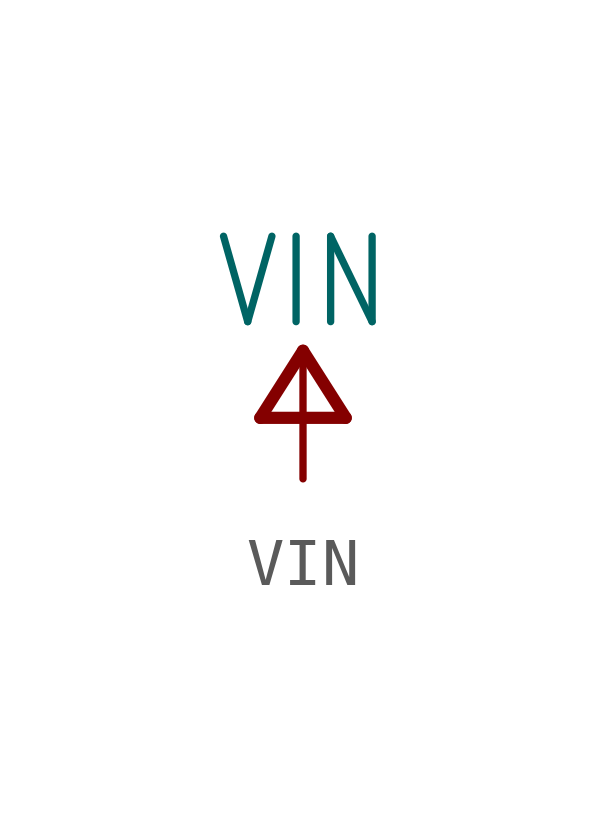
<source format=kicad_sym>
(kicad_symbol_lib
  (version 20211014)
  (generator kicad_symbol_editor)
  (symbol "VIN"
    (power)
    (property "Reference" "#VIN"
      (at 0 0 0)
      (effects (font (size 1.27 1.27)) hide))
    (property "Value" "VIN"
      (at 0 0.508 0)
      (effects (font (size 1.778 1.511)) (justify bottom)))
    (property "ki_locked" ""
      (at 0 0 0)
      (effects (font (size 1.27 1.27))))
    (symbol "VIN_1_0"
      (polyline (pts (xy -0.889 -1.27) (xy 0.889 -1.27)) (stroke (width 0.254) (type default) (color 0 0 0 0)) (fill (type none)))
      (polyline (pts (xy 0 0.127) (xy -0.889 -1.27)) (stroke (width 0.254) (type default) (color 0 0 0 0)) (fill (type none)))
      (polyline (pts (xy 0.889 -1.27) (xy 0 0.127)) (stroke (width 0.254) (type default) (color 0 0 0 0)) (fill (type none)))
      (pin power_in line (at 0 -2.54 90) (length 2.54) (name "VIN" (effects (font (size 0 0)))) (number "1" (effects (font (size 0 0))))))))
</source>
